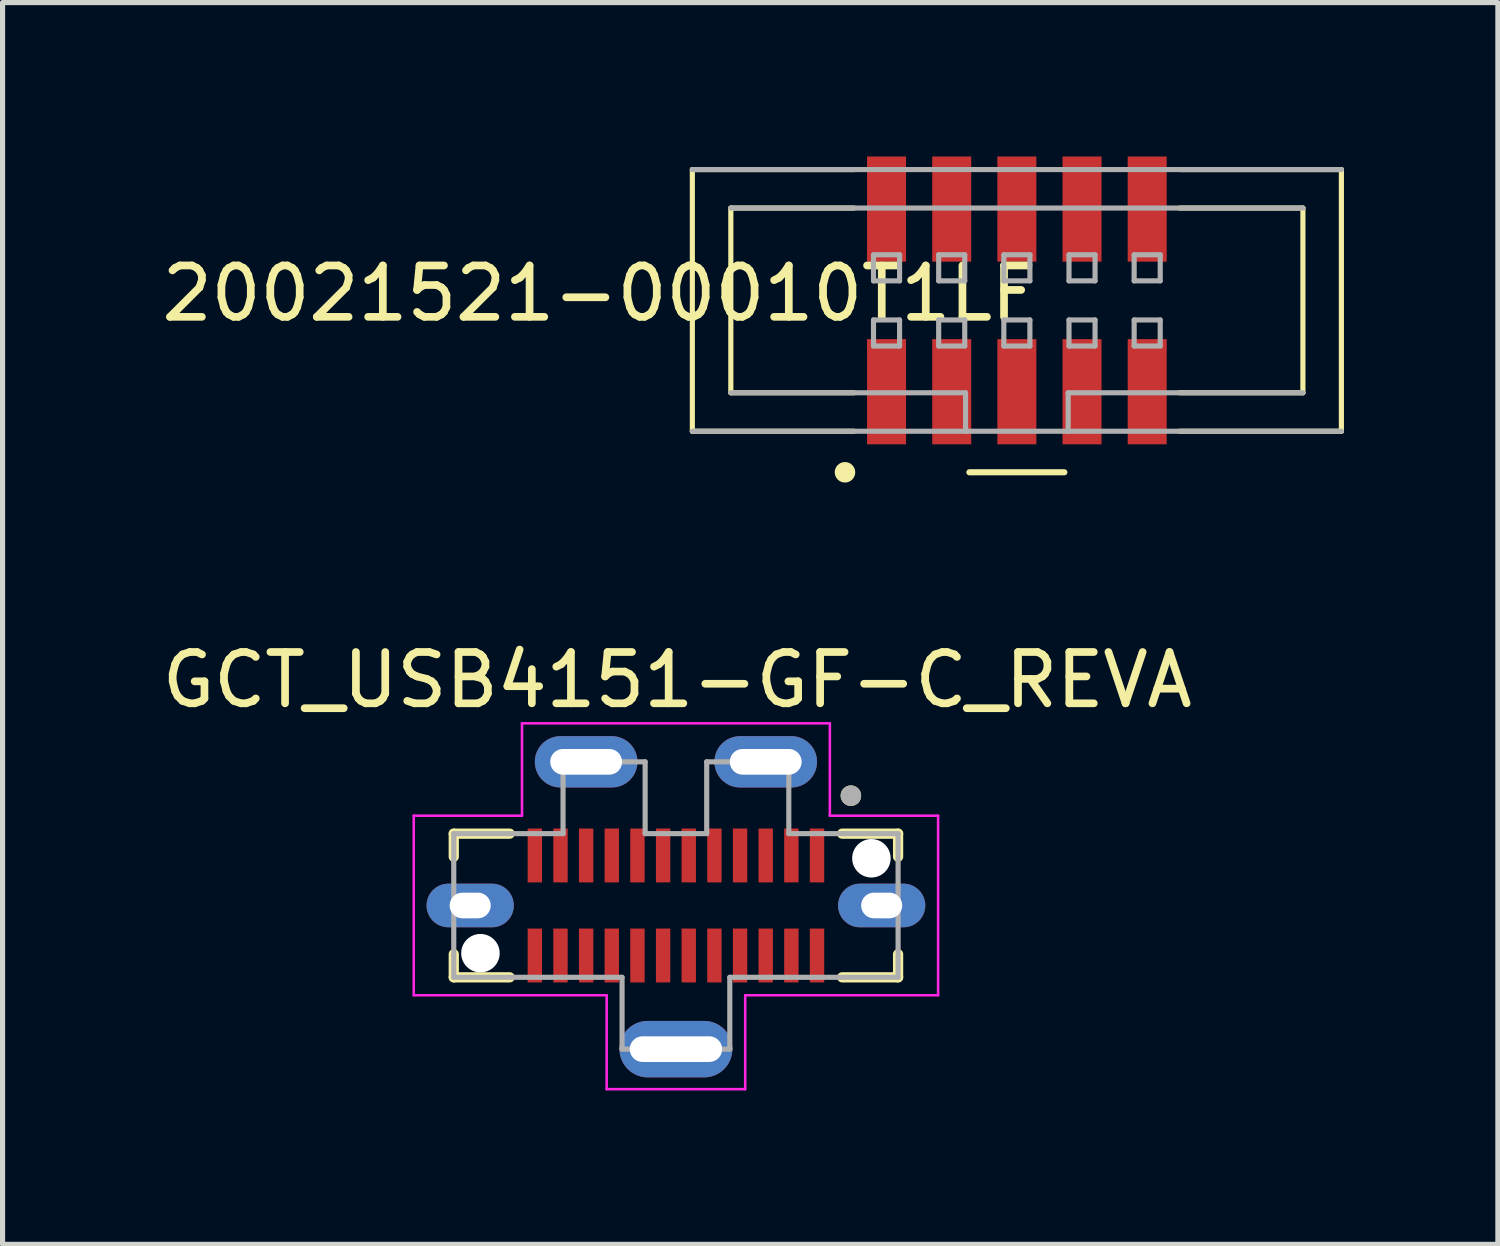
<source format=kicad_pcb>
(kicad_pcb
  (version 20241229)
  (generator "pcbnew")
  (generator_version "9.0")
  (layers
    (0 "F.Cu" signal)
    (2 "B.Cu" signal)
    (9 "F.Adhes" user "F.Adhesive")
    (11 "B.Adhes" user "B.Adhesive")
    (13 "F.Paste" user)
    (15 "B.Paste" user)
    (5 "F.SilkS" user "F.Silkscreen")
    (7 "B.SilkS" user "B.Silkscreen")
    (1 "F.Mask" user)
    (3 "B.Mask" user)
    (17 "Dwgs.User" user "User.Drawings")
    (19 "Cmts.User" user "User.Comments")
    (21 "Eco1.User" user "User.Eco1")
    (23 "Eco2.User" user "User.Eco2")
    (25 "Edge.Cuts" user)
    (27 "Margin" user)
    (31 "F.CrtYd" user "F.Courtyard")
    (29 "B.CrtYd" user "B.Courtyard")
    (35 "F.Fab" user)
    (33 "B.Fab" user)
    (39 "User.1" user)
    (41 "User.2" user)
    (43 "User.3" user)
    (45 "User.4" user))
  (footprint "GCT_USB4151-GF-C_REVA"
    (layer "F.Cu")
    (at 10.124 14.598)
    (property "Reference" "GCT_USB4151-GF-C_REVA" (at 0.025 -4.395 0) (layer "F.SilkS") (effects (font (size 1 1) (thickness 0.15))))
    (attr through_hole)
    (fp_line (start -4.33 -1.4) (end -4.33 -0.95) (stroke (width 0.2) (type solid)) (layer "F.SilkS"))
    (fp_line (start -4.33 0.95) (end -4.33 1.4) (stroke (width 0.2) (type solid)) (layer "F.SilkS"))
    (fp_line (start -4.33 1.4) (end -3.24 1.4) (stroke (width 0.2) (type solid)) (layer "F.SilkS"))
    (fp_line (start -3.24 -1.4) (end -4.33 -1.4) (stroke (width 0.2) (type solid)) (layer "F.SilkS"))
    (fp_line (start 3.24 1.4) (end 4.33 1.4) (stroke (width 0.2) (type solid)) (layer "F.SilkS"))
    (fp_line (start 4.33 -1.4) (end 3.24 -1.4) (stroke (width 0.2) (type solid)) (layer "F.SilkS"))
    (fp_line (start 4.33 -0.95) (end 4.33 -1.4) (stroke (width 0.2) (type solid)) (layer "F.SilkS"))
    (fp_line (start 4.33 1.4) (end 4.33 0.95) (stroke (width 0.2) (type solid)) (layer "F.SilkS"))
    (fp_circle (center 3.41 -2.14) (end 3.51 -2.14) (stroke (width 0.2) (type solid)) (fill no) (layer "F.SilkS"))
    (fp_line (start -5.11 -1.75) (end -5.11 1.75) (stroke (width 0.05) (type solid)) (layer "F.CrtYd"))
    (fp_line (start -5.11 1.75) (end -1.35 1.75) (stroke (width 0.05) (type solid)) (layer "F.CrtYd"))
    (fp_line (start -3 -3.55) (end -3 -1.75) (stroke (width 0.05) (type solid)) (layer "F.CrtYd"))
    (fp_line (start -3 -1.75) (end -5.11 -1.75) (stroke (width 0.05) (type solid)) (layer "F.CrtYd"))
    (fp_line (start -1.35 1.75) (end -1.35 3.58) (stroke (width 0.05) (type solid)) (layer "F.CrtYd"))
    (fp_line (start -1.35 3.58) (end 1.35 3.58) (stroke (width 0.05) (type solid)) (layer "F.CrtYd"))
    (fp_line (start 1.35 1.75) (end 5.11 1.75) (stroke (width 0.05) (type solid)) (layer "F.CrtYd"))
    (fp_line (start 1.35 3.58) (end 1.35 1.75) (stroke (width 0.05) (type solid)) (layer "F.CrtYd"))
    (fp_line (start 3 -3.55) (end -3 -3.55) (stroke (width 0.05) (type solid)) (layer "F.CrtYd"))
    (fp_line (start 3 -1.75) (end 3 -3.55) (stroke (width 0.05) (type solid)) (layer "F.CrtYd"))
    (fp_line (start 5.11 -1.75) (end 3 -1.75) (stroke (width 0.05) (type solid)) (layer "F.CrtYd"))
    (fp_line (start 5.11 1.75) (end 5.11 -1.75) (stroke (width 0.05) (type solid)) (layer "F.CrtYd"))
    (fp_line (start -4.33 -1.4) (end -4.33 1.4) (stroke (width 0.1) (type solid)) (layer "F.Fab"))
    (fp_line (start -4.33 1.4) (end -1.05 1.4) (stroke (width 0.1) (type solid)) (layer "F.Fab"))
    (fp_line (start -2.2 -2.8) (end -2.2 -1.4) (stroke (width 0.1) (type solid)) (layer "F.Fab"))
    (fp_line (start -2.2 -1.4) (end -4.33 -1.4) (stroke (width 0.1) (type solid)) (layer "F.Fab"))
    (fp_line (start -1.05 1.4) (end -1.05 2.8) (stroke (width 0.1) (type solid)) (layer "F.Fab"))
    (fp_line (start -1.05 2.8) (end 1.05 2.8) (stroke (width 0.1) (type solid)) (layer "F.Fab"))
    (fp_line (start -0.6 -2.8) (end -2.2 -2.8) (stroke (width 0.1) (type solid)) (layer "F.Fab"))
    (fp_line (start -0.6 -1.4) (end -0.6 -2.8) (stroke (width 0.1) (type solid)) (layer "F.Fab"))
    (fp_line (start 0.6 -2.8) (end 0.6 -1.4) (stroke (width 0.1) (type solid)) (layer "F.Fab"))
    (fp_line (start 0.6 -1.4) (end -0.6 -1.4) (stroke (width 0.1) (type solid)) (layer "F.Fab"))
    (fp_line (start 1.05 1.4) (end 4.33 1.4) (stroke (width 0.1) (type solid)) (layer "F.Fab"))
    (fp_line (start 1.05 2.8) (end 1.05 1.4) (stroke (width 0.1) (type solid)) (layer "F.Fab"))
    (fp_line (start 2.2 -2.8) (end 0.6 -2.8) (stroke (width 0.1) (type solid)) (layer "F.Fab"))
    (fp_line (start 2.2 -1.4) (end 2.2 -2.8) (stroke (width 0.1) (type solid)) (layer "F.Fab"))
    (fp_line (start 4.33 -1.4) (end 2.2 -1.4) (stroke (width 0.1) (type solid)) (layer "F.Fab"))
    (fp_line (start 4.33 1.4) (end 4.33 -1.4) (stroke (width 0.1) (type solid)) (layer "F.Fab"))
    (fp_circle (center 3.41 -2.14) (end 3.51 -2.14) (stroke (width 0.2) (type solid)) (fill no) (layer "F.Fab"))
    (pad "" np_thru_hole circle (at -3.81 0.93) (size 0.75 0.75) (drill 0.75) (layers "*.Cu" "*.Mask"))
    (pad "" np_thru_hole circle (at 3.81 -0.92) (size 0.75 0.75) (drill 0.75) (layers "*.Cu" "*.Mask"))
    (pad "A1" smd rect (at 2.75 -0.975) (size 0.28 1.05) (layers "F.Cu" "F.Mask" "F.Paste"))
    (pad "A2" smd rect (at 2.25 -0.975) (size 0.28 1.05) (layers "F.Cu" "F.Mask" "F.Paste"))
    (pad "A3" smd rect (at 1.75 -0.975) (size 0.28 1.05) (layers "F.Cu" "F.Mask" "F.Paste"))
    (pad "A4" smd rect (at 1.25 -0.975) (size 0.28 1.05) (layers "F.Cu" "F.Mask" "F.Paste"))
    (pad "A5" smd rect (at 0.75 -0.975) (size 0.28 1.05) (layers "F.Cu" "F.Mask" "F.Paste"))
    (pad "A6" smd rect (at 0.25 -0.975) (size 0.28 1.05) (layers "F.Cu" "F.Mask" "F.Paste"))
    (pad "A7" smd rect (at -0.25 -0.975) (size 0.28 1.05) (layers "F.Cu" "F.Mask" "F.Paste"))
    (pad "A8" smd rect (at -0.75 -0.975) (size 0.28 1.05) (layers "F.Cu" "F.Mask" "F.Paste"))
    (pad "A9" smd rect (at -1.25 -0.975) (size 0.28 1.05) (layers "F.Cu" "F.Mask" "F.Paste"))
    (pad "A10" smd rect (at -1.75 -0.975) (size 0.28 1.05) (layers "F.Cu" "F.Mask" "F.Paste"))
    (pad "A11" smd rect (at -2.25 -0.975) (size 0.28 1.05) (layers "F.Cu" "F.Mask" "F.Paste"))
    (pad "A12" smd rect (at -2.75 -0.975) (size 0.28 1.05) (layers "F.Cu" "F.Mask" "F.Paste"))
    (pad "B1" smd rect (at -2.75 0.975) (size 0.28 1.05) (layers "F.Cu" "F.Mask" "F.Paste"))
    (pad "B2" smd rect (at -2.25 0.975) (size 0.28 1.05) (layers "F.Cu" "F.Mask" "F.Paste"))
    (pad "B3" smd rect (at -1.75 0.975) (size 0.28 1.05) (layers "F.Cu" "F.Mask" "F.Paste"))
    (pad "B4" smd rect (at -1.25 0.975) (size 0.28 1.05) (layers "F.Cu" "F.Mask" "F.Paste"))
    (pad "B5" smd rect (at -0.75 0.975) (size 0.28 1.05) (layers "F.Cu" "F.Mask" "F.Paste"))
    (pad "B6" smd rect (at -0.25 0.975) (size 0.28 1.05) (layers "F.Cu" "F.Mask" "F.Paste"))
    (pad "B7" smd rect (at 0.25 0.975) (size 0.28 1.05) (layers "F.Cu" "F.Mask" "F.Paste"))
    (pad "B8" smd rect (at 0.75 0.975) (size 0.28 1.05) (layers "F.Cu" "F.Mask" "F.Paste"))
    (pad "B9" smd rect (at 1.25 0.975) (size 0.28 1.05) (layers "F.Cu" "F.Mask" "F.Paste"))
    (pad "B10" smd rect (at 1.75 0.975) (size 0.28 1.05) (layers "F.Cu" "F.Mask" "F.Paste"))
    (pad "B11" smd rect (at 2.25 0.975) (size 0.28 1.05) (layers "F.Cu" "F.Mask" "F.Paste"))
    (pad "B12" smd rect (at 2.75 0.975) (size 0.28 1.05) (layers "F.Cu" "F.Mask" "F.Paste"))
    (pad "S1" thru_hole oval (at -4.01 0) (size 1.7 0.85) (drill oval 0.8 0.5) (layers "*.Cu" "*.Mask"))
    (pad "S2" thru_hole oval (at -1.75 -2.8) (size 2 1) (drill oval 1.4 0.5) (layers "*.Cu" "*.Mask"))
    (pad "S3" thru_hole oval (at 1.75 -2.8) (size 2 1) (drill oval 1.4 0.5) (layers "*.Cu" "*.Mask"))
    (pad "S4" thru_hole oval (at 4.01 0) (size 1.7 0.85) (drill oval 0.8 0.5) (layers "*.Cu" "*.Mask"))
    (pad "S5" thru_hole oval (at 0 2.8) (size 2.2 1.1) (drill oval 1.8 0.5) (layers "*.Cu" "*.Mask")))
  (footprint "20021521-00010T1LF"
    (layer "F.Cu")
    (at 16.769 2.805)
    (property "Reference" "20021521-00010T1LF" (at -8.139 -0.135 180) (layer "F.SilkS") (effects (font (size 1.001 1.001) (thickness 0.15))))
    (attr through_hole)
    (fp_line (start -6.325 -2.55) (end -6.325 2.55) (stroke (width 0.1) (type solid)) (layer "F.SilkS"))
    (fp_line (start -5.575 -1.8) (end -5.575 1.8) (stroke (width 0.1) (type solid)) (layer "F.SilkS"))
    (fp_line (start -5.575 1.8) (end -3.175 1.8) (stroke (width 0.1) (type solid)) (layer "F.SilkS"))
    (fp_line (start -3.175 -2.55) (end -6.325 -2.55) (stroke (width 0.1) (type solid)) (layer "F.SilkS"))
    (fp_line (start -3.175 -1.8) (end -5.575 -1.8) (stroke (width 0.1) (type solid)) (layer "F.SilkS"))
    (fp_line (start -3.175 2.55) (end -6.325 2.55) (stroke (width 0.1) (type solid)) (layer "F.SilkS"))
    (fp_line (start -0.925 3.35) (end 0.925 3.35) (stroke (width 0.12) (type solid)) (layer "F.SilkS"))
    (fp_line (start 3.175 1.8) (end 5.575 1.8) (stroke (width 0.1) (type solid)) (layer "F.SilkS"))
    (fp_line (start 3.175 2.55) (end 6.325 2.55) (stroke (width 0.1) (type solid)) (layer "F.SilkS"))
    (fp_line (start 5.575 -1.8) (end 3.175 -1.8) (stroke (width 0.1) (type solid)) (layer "F.SilkS"))
    (fp_line (start 5.575 1.8) (end 5.575 -1.8) (stroke (width 0.1) (type solid)) (layer "F.SilkS"))
    (fp_line (start 6.325 -2.55) (end 3.175 -2.55) (stroke (width 0.1) (type solid)) (layer "F.SilkS"))
    (fp_line (start 6.325 2.55) (end 6.325 -2.55) (stroke (width 0.1) (type solid)) (layer "F.SilkS"))
    (fp_circle (center -3.35 3.35) (end -3.25 3.35) (stroke (width 0.2) (type solid)) (fill no) (layer "F.SilkS"))
    (fp_line (start -6.325 2.55) (end -1 2.55) (stroke (width 0.1) (type solid)) (layer "F.Fab"))
    (fp_line (start -5.575 1.8) (end -1 1.8) (stroke (width 0.1) (type solid)) (layer "F.Fab"))
    (fp_line (start -2.794 -0.889) (end -2.794 -0.381) (stroke (width 0.1) (type solid)) (layer "F.Fab"))
    (fp_line (start -2.794 -0.381) (end -2.286 -0.381) (stroke (width 0.1) (type solid)) (layer "F.Fab"))
    (fp_line (start -2.794 0.381) (end -2.794 0.889) (stroke (width 0.1) (type solid)) (layer "F.Fab"))
    (fp_line (start -2.794 0.889) (end -2.286 0.889) (stroke (width 0.1) (type solid)) (layer "F.Fab"))
    (fp_line (start -2.286 -0.889) (end -2.794 -0.889) (stroke (width 0.1) (type solid)) (layer "F.Fab"))
    (fp_line (start -2.286 -0.381) (end -2.286 -0.889) (stroke (width 0.1) (type solid)) (layer "F.Fab"))
    (fp_line (start -2.286 0.381) (end -2.794 0.381) (stroke (width 0.1) (type solid)) (layer "F.Fab"))
    (fp_line (start -2.286 0.889) (end -2.286 0.381) (stroke (width 0.1) (type solid)) (layer "F.Fab"))
    (fp_line (start -1.524 -0.889) (end -1.524 -0.381) (stroke (width 0.1) (type solid)) (layer "F.Fab"))
    (fp_line (start -1.524 -0.381) (end -1.016 -0.381) (stroke (width 0.1) (type solid)) (layer "F.Fab"))
    (fp_line (start -1.524 0.381) (end -1.524 0.889) (stroke (width 0.1) (type solid)) (layer "F.Fab"))
    (fp_line (start -1.524 0.889) (end -1.016 0.889) (stroke (width 0.1) (type solid)) (layer "F.Fab"))
    (fp_line (start -1.016 -0.889) (end -1.524 -0.889) (stroke (width 0.1) (type solid)) (layer "F.Fab"))
    (fp_line (start -1.016 -0.381) (end -1.016 -0.889) (stroke (width 0.1) (type solid)) (layer "F.Fab"))
    (fp_line (start -1.016 0.381) (end -1.524 0.381) (stroke (width 0.1) (type solid)) (layer "F.Fab"))
    (fp_line (start -1.016 0.889) (end -1.016 0.381) (stroke (width 0.1) (type solid)) (layer "F.Fab"))
    (fp_line (start -1 1.8) (end -1 2.55) (stroke (width 0.1) (type solid)) (layer "F.Fab"))
    (fp_line (start -1 2.55) (end 1 2.55) (stroke (width 0.1) (type solid)) (layer "F.Fab"))
    (fp_line (start -0.254 -0.889) (end -0.254 -0.381) (stroke (width 0.1) (type solid)) (layer "F.Fab"))
    (fp_line (start -0.254 -0.381) (end 0.254 -0.381) (stroke (width 0.1) (type solid)) (layer "F.Fab"))
    (fp_line (start -0.254 0.381) (end -0.254 0.889) (stroke (width 0.1) (type solid)) (layer "F.Fab"))
    (fp_line (start -0.254 0.889) (end 0.254 0.889) (stroke (width 0.1) (type solid)) (layer "F.Fab"))
    (fp_line (start 0.254 -0.889) (end -0.254 -0.889) (stroke (width 0.1) (type solid)) (layer "F.Fab"))
    (fp_line (start 0.254 -0.381) (end 0.254 -0.889) (stroke (width 0.1) (type solid)) (layer "F.Fab"))
    (fp_line (start 0.254 0.381) (end -0.254 0.381) (stroke (width 0.1) (type solid)) (layer "F.Fab"))
    (fp_line (start 0.254 0.889) (end 0.254 0.381) (stroke (width 0.1) (type solid)) (layer "F.Fab"))
    (fp_line (start 1 1.8) (end 5.575 1.8) (stroke (width 0.1) (type solid)) (layer "F.Fab"))
    (fp_line (start 1 2.55) (end 1 1.8) (stroke (width 0.1) (type solid)) (layer "F.Fab"))
    (fp_line (start 1 2.55) (end 6.325 2.55) (stroke (width 0.1) (type solid)) (layer "F.Fab"))
    (fp_line (start 1.016 -0.889) (end 1.016 -0.381) (stroke (width 0.1) (type solid)) (layer "F.Fab"))
    (fp_line (start 1.016 -0.381) (end 1.524 -0.381) (stroke (width 0.1) (type solid)) (layer "F.Fab"))
    (fp_line (start 1.016 0.381) (end 1.016 0.889) (stroke (width 0.1) (type solid)) (layer "F.Fab"))
    (fp_line (start 1.016 0.889) (end 1.524 0.889) (stroke (width 0.1) (type solid)) (layer "F.Fab"))
    (fp_line (start 1.524 -0.889) (end 1.016 -0.889) (stroke (width 0.1) (type solid)) (layer "F.Fab"))
    (fp_line (start 1.524 -0.381) (end 1.524 -0.889) (stroke (width 0.1) (type solid)) (layer "F.Fab"))
    (fp_line (start 1.524 0.381) (end 1.016 0.381) (stroke (width 0.1) (type solid)) (layer "F.Fab"))
    (fp_line (start 1.524 0.889) (end 1.524 0.381) (stroke (width 0.1) (type solid)) (layer "F.Fab"))
    (fp_line (start 2.286 -0.889) (end 2.286 -0.381) (stroke (width 0.1) (type solid)) (layer "F.Fab"))
    (fp_line (start 2.286 -0.381) (end 2.794 -0.381) (stroke (width 0.1) (type solid)) (layer "F.Fab"))
    (fp_line (start 2.286 0.381) (end 2.286 0.889) (stroke (width 0.1) (type solid)) (layer "F.Fab"))
    (fp_line (start 2.286 0.889) (end 2.794 0.889) (stroke (width 0.1) (type solid)) (layer "F.Fab"))
    (fp_line (start 2.794 -0.889) (end 2.286 -0.889) (stroke (width 0.1) (type solid)) (layer "F.Fab"))
    (fp_line (start 2.794 -0.381) (end 2.794 -0.889) (stroke (width 0.1) (type solid)) (layer "F.Fab"))
    (fp_line (start 2.794 0.381) (end 2.286 0.381) (stroke (width 0.1) (type solid)) (layer "F.Fab"))
    (fp_line (start 2.794 0.889) (end 2.794 0.381) (stroke (width 0.1) (type solid)) (layer "F.Fab"))
    (fp_line (start 5.575 -1.8) (end -5.575 -1.8) (stroke (width 0.1) (type solid)) (layer "F.Fab"))
    (fp_line (start 6.325 -2.55) (end -6.325 -2.55) (stroke (width 0.1) (type solid)) (layer "F.Fab"))
    (pad "1" smd rect (at -2.54 1.78) (size 0.76 2.05) (layers "F.Cu" "F.Mask" "F.Paste"))
    (pad "2" smd rect (at -2.54 -1.78) (size 0.76 2.05) (layers "F.Cu" "F.Mask" "F.Paste"))
    (pad "3" smd rect (at -1.27 1.78) (size 0.76 2.05) (layers "F.Cu" "F.Mask" "F.Paste"))
    (pad "4" smd rect (at -1.27 -1.78) (size 0.76 2.05) (layers "F.Cu" "F.Mask" "F.Paste"))
    (pad "5" smd rect (at 0 1.78) (size 0.76 2.05) (layers "F.Cu" "F.Mask" "F.Paste"))
    (pad "6" smd rect (at 0 -1.78) (size 0.76 2.05) (layers "F.Cu" "F.Mask" "F.Paste"))
    (pad "7" smd rect (at 1.27 1.78) (size 0.76 2.05) (layers "F.Cu" "F.Mask" "F.Paste"))
    (pad "8" smd rect (at 1.27 -1.78) (size 0.76 2.05) (layers "F.Cu" "F.Mask" "F.Paste"))
    (pad "9" smd rect (at 2.54 1.78) (size 0.76 2.05) (layers "F.Cu" "F.Mask" "F.Paste"))
    (pad "10" smd rect (at 2.54 -1.78) (size 0.76 2.05) (layers "F.Cu" "F.Mask" "F.Paste")))
  (gr_rect
    (start -3 -3)
    (end 26.144 21.203)
    (stroke (width 0.1) (type default))
    (fill no)
    (layer "Edge.Cuts")))
</source>
